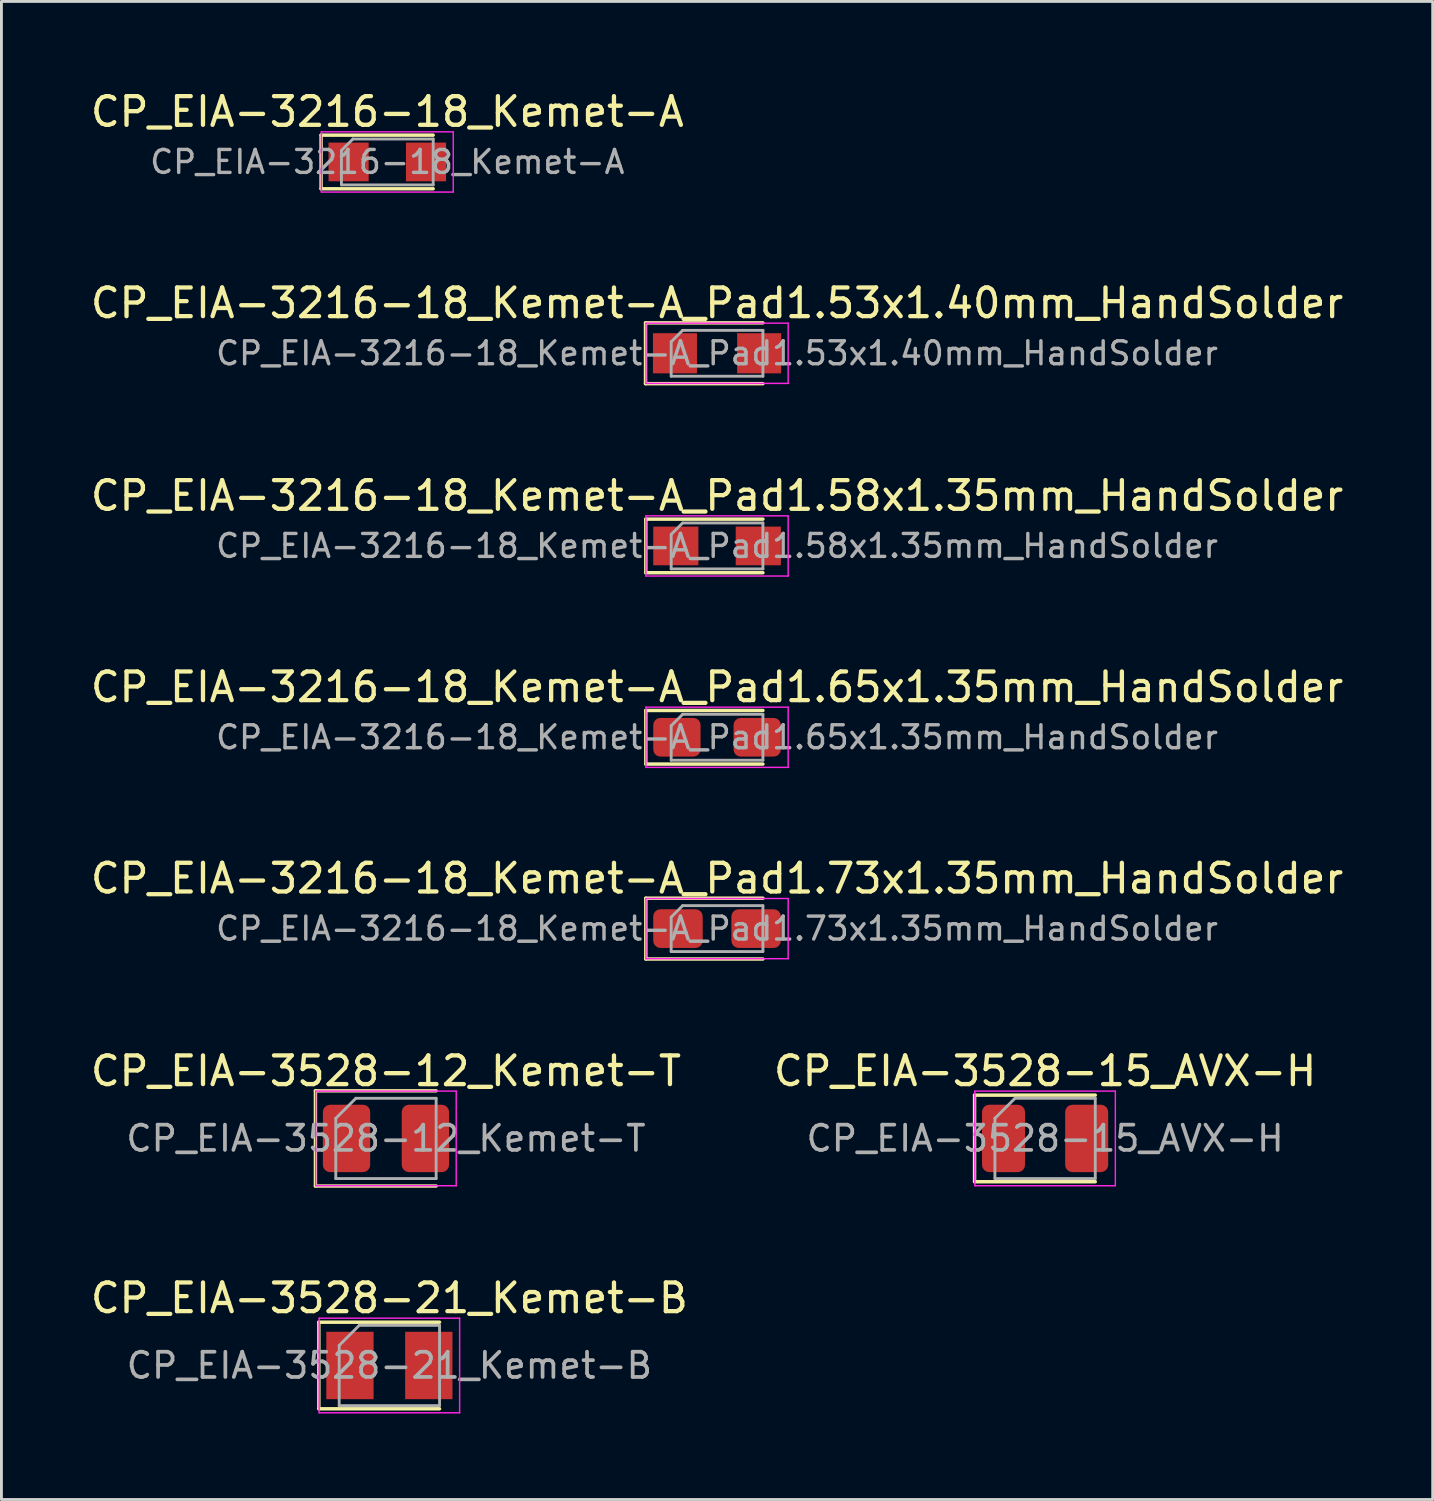
<source format=kicad_pcb>
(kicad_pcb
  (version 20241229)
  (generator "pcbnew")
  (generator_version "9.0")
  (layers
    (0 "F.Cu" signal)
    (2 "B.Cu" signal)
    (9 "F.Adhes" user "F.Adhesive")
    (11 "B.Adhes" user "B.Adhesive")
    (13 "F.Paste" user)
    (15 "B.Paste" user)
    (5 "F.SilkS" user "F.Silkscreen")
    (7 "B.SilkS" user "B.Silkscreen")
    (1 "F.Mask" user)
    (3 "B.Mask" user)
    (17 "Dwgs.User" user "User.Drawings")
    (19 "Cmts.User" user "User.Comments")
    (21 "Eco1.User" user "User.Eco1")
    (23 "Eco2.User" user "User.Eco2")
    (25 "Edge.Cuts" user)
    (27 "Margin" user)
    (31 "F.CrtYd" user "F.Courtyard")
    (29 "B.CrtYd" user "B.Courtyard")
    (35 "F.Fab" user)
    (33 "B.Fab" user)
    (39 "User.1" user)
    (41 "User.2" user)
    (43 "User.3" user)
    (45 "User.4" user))
  (footprint "CP_EIA-3216-18_Kemet-A_Pad1.65x1.35mm_HandSolder"
    (layer "F.Cu")
    (at 21.958 22.663)
    (property "Reference" "CP_EIA-3216-18_Kemet-A_Pad1.65x1.35mm_HandSolder" (at 0 -1.75 0) (layer "F.SilkS") (effects (font (size 1 1) (thickness 0.15))))
    (attr smd)
    (fp_line (start -2.485 -0.935) (end -2.485 0.935) (stroke (width 0.12) (type solid)) (layer "F.SilkS"))
    (fp_line (start -2.485 0.935) (end 1.6 0.935) (stroke (width 0.12) (type solid)) (layer "F.SilkS"))
    (fp_line (start 1.6 -0.935) (end -2.485 -0.935) (stroke (width 0.12) (type solid)) (layer "F.SilkS"))
    (fp_line (start -2.48 -1.05) (end 2.48 -1.05) (stroke (width 0.05) (type solid)) (layer "F.CrtYd"))
    (fp_line (start -2.48 1.05) (end -2.48 -1.05) (stroke (width 0.05) (type solid)) (layer "F.CrtYd"))
    (fp_line (start 2.48 -1.05) (end 2.48 1.05) (stroke (width 0.05) (type solid)) (layer "F.CrtYd"))
    (fp_line (start 2.48 1.05) (end -2.48 1.05) (stroke (width 0.05) (type solid)) (layer "F.CrtYd"))
    (fp_line (start -1.6 -0.4) (end -1.6 0.8) (stroke (width 0.1) (type solid)) (layer "F.Fab"))
    (fp_line (start -1.6 0.8) (end 1.6 0.8) (stroke (width 0.1) (type solid)) (layer "F.Fab"))
    (fp_line (start -1.2 -0.8) (end -1.6 -0.4) (stroke (width 0.1) (type solid)) (layer "F.Fab"))
    (fp_line (start 1.6 -0.8) (end -1.2 -0.8) (stroke (width 0.1) (type solid)) (layer "F.Fab"))
    (fp_line (start 1.6 0.8) (end 1.6 -0.8) (stroke (width 0.1) (type solid)) (layer "F.Fab"))
    (fp_text user "${REFERENCE}" (at 0 0 0) (layer "F.Fab") (effects (font (size 0.8 0.8) (thickness 0.12))))
    (pad "1" smd roundrect (at -1.4 0) (size 1.65 1.35) (layers "F.Cu" "F.Mask" "F.Paste") (roundrect_rratio 0.185))
    (pad "2" smd roundrect (at 1.4 0) (size 1.65 1.35) (layers "F.Cu" "F.Mask" "F.Paste") (roundrect_rratio 0.185)))
  (footprint "CP_EIA-3528-21_Kemet-B"
    (layer "F.Cu")
    (at 10.53 44.573)
    (property "Reference" "CP_EIA-3528-21_Kemet-B" (at 0 -2.35 0) (layer "F.SilkS") (effects (font (size 1 1) (thickness 0.15))))
    (attr smd)
    (fp_line (start -2.46 -1.51) (end -2.46 1.51) (stroke (width 0.12) (type solid)) (layer "F.SilkS"))
    (fp_line (start -2.46 1.51) (end 1.75 1.51) (stroke (width 0.12) (type solid)) (layer "F.SilkS"))
    (fp_line (start 1.75 -1.51) (end -2.46 -1.51) (stroke (width 0.12) (type solid)) (layer "F.SilkS"))
    (fp_line (start -2.45 -1.65) (end 2.45 -1.65) (stroke (width 0.05) (type solid)) (layer "F.CrtYd"))
    (fp_line (start -2.45 1.65) (end -2.45 -1.65) (stroke (width 0.05) (type solid)) (layer "F.CrtYd"))
    (fp_line (start 2.45 -1.65) (end 2.45 1.65) (stroke (width 0.05) (type solid)) (layer "F.CrtYd"))
    (fp_line (start 2.45 1.65) (end -2.45 1.65) (stroke (width 0.05) (type solid)) (layer "F.CrtYd"))
    (fp_line (start -1.75 -0.7) (end -1.75 1.4) (stroke (width 0.1) (type solid)) (layer "F.Fab"))
    (fp_line (start -1.75 1.4) (end 1.75 1.4) (stroke (width 0.1) (type solid)) (layer "F.Fab"))
    (fp_line (start -1.05 -1.4) (end -1.75 -0.7) (stroke (width 0.1) (type solid)) (layer "F.Fab"))
    (fp_line (start 1.75 -1.4) (end -1.05 -1.4) (stroke (width 0.1) (type solid)) (layer "F.Fab"))
    (fp_line (start 1.75 1.4) (end 1.75 -1.4) (stroke (width 0.1) (type solid)) (layer "F.Fab"))
    (fp_text user "${REFERENCE}" (at 0 0 0) (layer "F.Fab") (effects (font (size 0.88 0.88) (thickness 0.13))))
    (pad "1" smd rect (at -1.375 0) (size 1.65 2.35) (layers "F.Cu" "F.Mask" "F.Paste"))
    (pad "2" smd rect (at 1.375 0) (size 1.65 2.35) (layers "F.Cu" "F.Mask" "F.Paste")))
  (footprint "CP_EIA-3216-18_Kemet-A"
    (layer "F.Cu")
    (at 10.458 2.598)
    (property "Reference" "CP_EIA-3216-18_Kemet-A" (at 0 -1.75 0) (layer "F.SilkS") (effects (font (size 1 1) (thickness 0.15))))
    (attr smd)
    (fp_line (start -2.31 -0.935) (end -2.31 0.935) (stroke (width 0.12) (type solid)) (layer "F.SilkS"))
    (fp_line (start -2.31 0.935) (end 1.6 0.935) (stroke (width 0.12) (type solid)) (layer "F.SilkS"))
    (fp_line (start 1.6 -0.935) (end -2.31 -0.935) (stroke (width 0.12) (type solid)) (layer "F.SilkS"))
    (fp_line (start -2.3 -1.05) (end 2.3 -1.05) (stroke (width 0.05) (type solid)) (layer "F.CrtYd"))
    (fp_line (start -2.3 1.05) (end -2.3 -1.05) (stroke (width 0.05) (type solid)) (layer "F.CrtYd"))
    (fp_line (start 2.3 -1.05) (end 2.3 1.05) (stroke (width 0.05) (type solid)) (layer "F.CrtYd"))
    (fp_line (start 2.3 1.05) (end -2.3 1.05) (stroke (width 0.05) (type solid)) (layer "F.CrtYd"))
    (fp_line (start -1.6 -0.4) (end -1.6 0.8) (stroke (width 0.1) (type solid)) (layer "F.Fab"))
    (fp_line (start -1.6 0.8) (end 1.6 0.8) (stroke (width 0.1) (type solid)) (layer "F.Fab"))
    (fp_line (start -1.2 -0.8) (end -1.6 -0.4) (stroke (width 0.1) (type solid)) (layer "F.Fab"))
    (fp_line (start 1.6 -0.8) (end -1.2 -0.8) (stroke (width 0.1) (type solid)) (layer "F.Fab"))
    (fp_line (start 1.6 0.8) (end 1.6 -0.8) (stroke (width 0.1) (type solid)) (layer "F.Fab"))
    (fp_text user "${REFERENCE}" (at 0 0 0) (layer "F.Fab") (effects (font (size 0.8 0.8) (thickness 0.12))))
    (pad "1" smd rect (at -1.35 0) (size 1.4 1.35) (layers "F.Cu" "F.Mask" "F.Paste"))
    (pad "2" smd rect (at 1.35 0) (size 1.4 1.35) (layers "F.Cu" "F.Mask" "F.Paste")))
  (footprint "CP_EIA-3216-18_Kemet-A_Pad1.53x1.40mm_HandSolder"
    (layer "F.Cu")
    (at 21.958 9.271)
    (property "Reference" "CP_EIA-3216-18_Kemet-A_Pad1.53x1.40mm_HandSolder" (at 0 -1.75 0) (layer "F.SilkS") (effects (font (size 1 1) (thickness 0.15))))
    (attr smd)
    (fp_line (start -2.495 -1.06) (end -2.495 1.06) (stroke (width 0.12) (type solid)) (layer "F.SilkS"))
    (fp_line (start -2.495 1.06) (end 1.6 1.06) (stroke (width 0.12) (type solid)) (layer "F.SilkS"))
    (fp_line (start 1.6 -1.06) (end -2.495 -1.06) (stroke (width 0.12) (type solid)) (layer "F.SilkS"))
    (fp_line (start -2.48 -1.05) (end 2.48 -1.05) (stroke (width 0.05) (type solid)) (layer "F.CrtYd"))
    (fp_line (start -2.48 1.05) (end -2.48 -1.05) (stroke (width 0.05) (type solid)) (layer "F.CrtYd"))
    (fp_line (start 2.48 -1.05) (end 2.48 1.05) (stroke (width 0.05) (type solid)) (layer "F.CrtYd"))
    (fp_line (start 2.48 1.05) (end -2.48 1.05) (stroke (width 0.05) (type solid)) (layer "F.CrtYd"))
    (fp_line (start -1.6 -0.4) (end -1.6 0.8) (stroke (width 0.1) (type solid)) (layer "F.Fab"))
    (fp_line (start -1.6 0.8) (end 1.6 0.8) (stroke (width 0.1) (type solid)) (layer "F.Fab"))
    (fp_line (start -1.2 -0.8) (end -1.6 -0.4) (stroke (width 0.1) (type solid)) (layer "F.Fab"))
    (fp_line (start 1.6 -0.8) (end -1.2 -0.8) (stroke (width 0.1) (type solid)) (layer "F.Fab"))
    (fp_line (start 1.6 0.8) (end 1.6 -0.8) (stroke (width 0.1) (type solid)) (layer "F.Fab"))
    (fp_text user "${REFERENCE}" (at 0 0 0) (layer "F.Fab") (effects (font (size 0.8 0.8) (thickness 0.12))))
    (pad "1" smd rect (at -1.468 0) (size 1.535 1.4) (layers "F.Cu" "F.Mask" "F.Paste"))
    (pad "2" smd rect (at 1.468 0) (size 1.535 1.4) (layers "F.Cu" "F.Mask" "F.Paste")))
  (footprint "CP_EIA-3216-18_Kemet-A_Pad1.58x1.35mm_HandSolder"
    (layer "F.Cu")
    (at 21.958 15.99)
    (property "Reference" "CP_EIA-3216-18_Kemet-A_Pad1.58x1.35mm_HandSolder" (at 0 -1.75 0) (layer "F.SilkS") (effects (font (size 1 1) (thickness 0.15))))
    (attr smd)
    (fp_line (start -2.485 -0.935) (end -2.485 0.935) (stroke (width 0.12) (type solid)) (layer "F.SilkS"))
    (fp_line (start -2.485 0.935) (end 1.6 0.935) (stroke (width 0.12) (type solid)) (layer "F.SilkS"))
    (fp_line (start 1.6 -0.935) (end -2.485 -0.935) (stroke (width 0.12) (type solid)) (layer "F.SilkS"))
    (fp_line (start -2.48 -1.05) (end 2.48 -1.05) (stroke (width 0.05) (type solid)) (layer "F.CrtYd"))
    (fp_line (start -2.48 1.05) (end -2.48 -1.05) (stroke (width 0.05) (type solid)) (layer "F.CrtYd"))
    (fp_line (start 2.48 -1.05) (end 2.48 1.05) (stroke (width 0.05) (type solid)) (layer "F.CrtYd"))
    (fp_line (start 2.48 1.05) (end -2.48 1.05) (stroke (width 0.05) (type solid)) (layer "F.CrtYd"))
    (fp_line (start -1.6 -0.4) (end -1.6 0.8) (stroke (width 0.1) (type solid)) (layer "F.Fab"))
    (fp_line (start -1.6 0.8) (end 1.6 0.8) (stroke (width 0.1) (type solid)) (layer "F.Fab"))
    (fp_line (start -1.2 -0.8) (end -1.6 -0.4) (stroke (width 0.1) (type solid)) (layer "F.Fab"))
    (fp_line (start 1.6 -0.8) (end -1.2 -0.8) (stroke (width 0.1) (type solid)) (layer "F.Fab"))
    (fp_line (start 1.6 0.8) (end 1.6 -0.8) (stroke (width 0.1) (type solid)) (layer "F.Fab"))
    (fp_text user "${REFERENCE}" (at 0 0 0) (layer "F.Fab") (effects (font (size 0.8 0.8) (thickness 0.12))))
    (pad "1" smd rect (at -1.438 0) (size 1.575 1.35) (layers "F.Cu" "F.Mask" "F.Paste"))
    (pad "2" smd rect (at 1.438 0) (size 1.575 1.35) (layers "F.Cu" "F.Mask" "F.Paste")))
  (footprint "CP_EIA-3216-18_Kemet-A_Pad1.73x1.35mm_HandSolder"
    (layer "F.Cu")
    (at 21.958 29.336)
    (property "Reference" "CP_EIA-3216-18_Kemet-A_Pad1.73x1.35mm_HandSolder" (at 0 -1.75 0) (layer "F.SilkS") (effects (font (size 1 1) (thickness 0.15))))
    (attr smd)
    (fp_line (start -2.485 -1.06) (end -2.485 1.06) (stroke (width 0.12) (type solid)) (layer "F.SilkS"))
    (fp_line (start -2.485 1.06) (end 1.6 1.06) (stroke (width 0.12) (type solid)) (layer "F.SilkS"))
    (fp_line (start 1.6 -1.06) (end -2.485 -1.06) (stroke (width 0.12) (type solid)) (layer "F.SilkS"))
    (fp_line (start -2.48 -1.05) (end 2.48 -1.05) (stroke (width 0.05) (type solid)) (layer "F.CrtYd"))
    (fp_line (start -2.48 1.05) (end -2.48 -1.05) (stroke (width 0.05) (type solid)) (layer "F.CrtYd"))
    (fp_line (start 2.48 -1.05) (end 2.48 1.05) (stroke (width 0.05) (type solid)) (layer "F.CrtYd"))
    (fp_line (start 2.48 1.05) (end -2.48 1.05) (stroke (width 0.05) (type solid)) (layer "F.CrtYd"))
    (fp_line (start -1.6 -0.4) (end -1.6 0.8) (stroke (width 0.1) (type solid)) (layer "F.Fab"))
    (fp_line (start -1.6 0.8) (end 1.6 0.8) (stroke (width 0.1) (type solid)) (layer "F.Fab"))
    (fp_line (start -1.2 -0.8) (end -1.6 -0.4) (stroke (width 0.1) (type solid)) (layer "F.Fab"))
    (fp_line (start 1.6 -0.8) (end -1.2 -0.8) (stroke (width 0.1) (type solid)) (layer "F.Fab"))
    (fp_line (start 1.6 0.8) (end 1.6 -0.8) (stroke (width 0.1) (type solid)) (layer "F.Fab"))
    (fp_text user "${REFERENCE}" (at 0 0 0) (layer "F.Fab") (effects (font (size 0.8 0.8) (thickness 0.12))))
    (pad "1" smd roundrect (at -1.363 0) (size 1.725 1.35) (layers "F.Cu" "F.Mask" "F.Paste") (roundrect_rratio 0.185))
    (pad "2" smd roundrect (at 1.363 0) (size 1.725 1.35) (layers "F.Cu" "F.Mask" "F.Paste") (roundrect_rratio 0.185)))
  (footprint "CP_EIA-3528-15_AVX-H"
    (layer "F.Cu")
    (at 33.399 36.654)
    (property "Reference" "CP_EIA-3528-15_AVX-H" (at 0 -2.35 0) (layer "F.SilkS") (effects (font (size 1 1) (thickness 0.15))))
    (attr smd)
    (fp_line (start -2.46 -1.51) (end -2.46 1.51) (stroke (width 0.12) (type solid)) (layer "F.SilkS"))
    (fp_line (start -2.46 1.51) (end 1.75 1.51) (stroke (width 0.12) (type solid)) (layer "F.SilkS"))
    (fp_line (start 1.75 -1.51) (end -2.46 -1.51) (stroke (width 0.12) (type solid)) (layer "F.SilkS"))
    (fp_line (start -2.45 -1.65) (end 2.45 -1.65) (stroke (width 0.05) (type solid)) (layer "F.CrtYd"))
    (fp_line (start -2.45 1.65) (end -2.45 -1.65) (stroke (width 0.05) (type solid)) (layer "F.CrtYd"))
    (fp_line (start 2.45 -1.65) (end 2.45 1.65) (stroke (width 0.05) (type solid)) (layer "F.CrtYd"))
    (fp_line (start 2.45 1.65) (end -2.45 1.65) (stroke (width 0.05) (type solid)) (layer "F.CrtYd"))
    (fp_line (start -1.75 -0.7) (end -1.75 1.4) (stroke (width 0.1) (type solid)) (layer "F.Fab"))
    (fp_line (start -1.75 1.4) (end 1.75 1.4) (stroke (width 0.1) (type solid)) (layer "F.Fab"))
    (fp_line (start -1.05 -1.4) (end -1.75 -0.7) (stroke (width 0.1) (type solid)) (layer "F.Fab"))
    (fp_line (start 1.75 -1.4) (end -1.05 -1.4) (stroke (width 0.1) (type solid)) (layer "F.Fab"))
    (fp_line (start 1.75 1.4) (end 1.75 -1.4) (stroke (width 0.1) (type solid)) (layer "F.Fab"))
    (fp_text user "${REFERENCE}" (at 0 0 0) (layer "F.Fab") (effects (font (size 0.88 0.88) (thickness 0.13))))
    (pad "1" smd roundrect (at -1.45 0) (size 1.5 2.35) (layers "F.Cu" "F.Mask" "F.Paste") (roundrect_rratio 0.167))
    (pad "2" smd roundrect (at 1.45 0) (size 1.5 2.35) (layers "F.Cu" "F.Mask" "F.Paste") (roundrect_rratio 0.167)))
  (footprint "CP_EIA-3528-12_Kemet-T"
    (layer "F.Cu")
    (at 10.411 36.654)
    (property "Reference" "CP_EIA-3528-12_Kemet-T" (at 0 -2.35 0) (layer "F.SilkS") (effects (font (size 1 1) (thickness 0.15))))
    (attr smd)
    (fp_line (start -2.46 -1.66) (end -2.46 1.66) (stroke (width 0.12) (type solid)) (layer "F.SilkS"))
    (fp_line (start -2.46 1.66) (end 1.75 1.66) (stroke (width 0.12) (type solid)) (layer "F.SilkS"))
    (fp_line (start 1.75 -1.66) (end -2.46 -1.66) (stroke (width 0.12) (type solid)) (layer "F.SilkS"))
    (fp_line (start -2.45 -1.65) (end 2.45 -1.65) (stroke (width 0.05) (type solid)) (layer "F.CrtYd"))
    (fp_line (start -2.45 1.65) (end -2.45 -1.65) (stroke (width 0.05) (type solid)) (layer "F.CrtYd"))
    (fp_line (start 2.45 -1.65) (end 2.45 1.65) (stroke (width 0.05) (type solid)) (layer "F.CrtYd"))
    (fp_line (start 2.45 1.65) (end -2.45 1.65) (stroke (width 0.05) (type solid)) (layer "F.CrtYd"))
    (fp_line (start -1.75 -0.7) (end -1.75 1.4) (stroke (width 0.1) (type solid)) (layer "F.Fab"))
    (fp_line (start -1.75 1.4) (end 1.75 1.4) (stroke (width 0.1) (type solid)) (layer "F.Fab"))
    (fp_line (start -1.05 -1.4) (end -1.75 -0.7) (stroke (width 0.1) (type solid)) (layer "F.Fab"))
    (fp_line (start 1.75 -1.4) (end -1.05 -1.4) (stroke (width 0.1) (type solid)) (layer "F.Fab"))
    (fp_line (start 1.75 1.4) (end 1.75 -1.4) (stroke (width 0.1) (type solid)) (layer "F.Fab"))
    (fp_text user "${REFERENCE}" (at 0 0 0) (layer "F.Fab") (effects (font (size 0.88 0.88) (thickness 0.13))))
    (pad "1" smd roundrect (at -1.375 0) (size 1.65 2.35) (layers "F.Cu" "F.Mask" "F.Paste") (roundrect_rratio 0.152))
    (pad "2" smd roundrect (at 1.375 0) (size 1.65 2.35) (layers "F.Cu" "F.Mask" "F.Paste") (roundrect_rratio 0.152)))
  (gr_rect
    (start -3 -3)
    (end 46.917 49.248)
    (stroke (width 0.1) (type default))
    (fill no)
    (layer "Edge.Cuts")))
</source>
